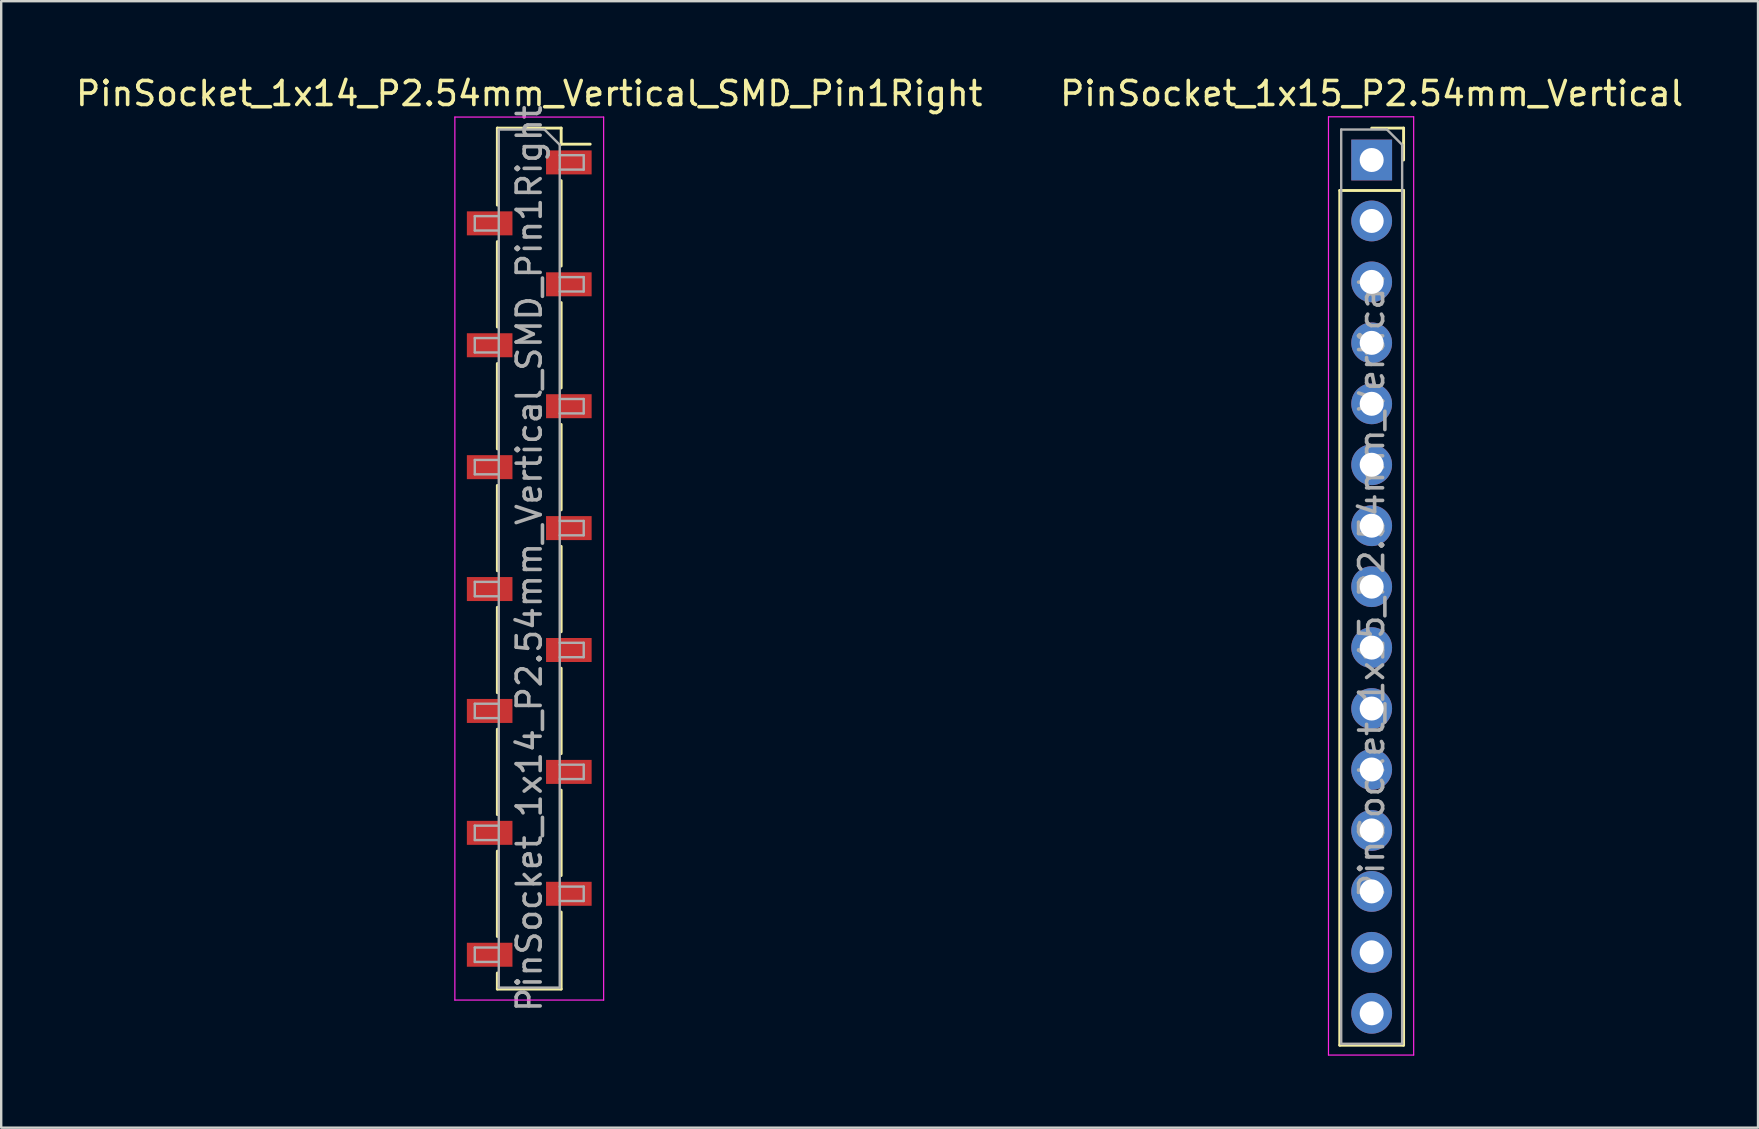
<source format=kicad_pcb>
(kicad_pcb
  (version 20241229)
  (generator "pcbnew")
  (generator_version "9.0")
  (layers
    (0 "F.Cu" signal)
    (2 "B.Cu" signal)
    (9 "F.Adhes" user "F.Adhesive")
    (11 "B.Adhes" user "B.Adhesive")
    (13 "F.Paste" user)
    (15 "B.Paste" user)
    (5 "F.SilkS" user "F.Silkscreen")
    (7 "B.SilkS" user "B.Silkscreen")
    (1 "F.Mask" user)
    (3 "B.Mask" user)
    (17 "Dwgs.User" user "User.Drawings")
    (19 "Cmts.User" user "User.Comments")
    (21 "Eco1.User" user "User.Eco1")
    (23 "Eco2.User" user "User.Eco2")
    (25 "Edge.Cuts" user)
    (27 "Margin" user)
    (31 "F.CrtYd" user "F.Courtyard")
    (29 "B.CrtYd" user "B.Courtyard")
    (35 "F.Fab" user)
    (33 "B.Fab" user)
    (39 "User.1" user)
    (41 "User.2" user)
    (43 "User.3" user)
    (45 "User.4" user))
  (footprint "PinSocket_1x15_P2.54mm_Vertical"
    (layer "F.Cu")
    (at 54.113 3.618)
    (property "Reference" "PinSocket_1x15_P2.54mm_Vertical" (at 0 -2.77 0) (layer "F.SilkS") (effects (font (size 1 1) (thickness 0.15))))
    (attr through_hole)
    (fp_line (start -1.33 1.27) (end -1.33 36.89) (stroke (width 0.12) (type solid)) (layer "F.SilkS"))
    (fp_line (start -1.33 1.27) (end 1.33 1.27) (stroke (width 0.12) (type solid)) (layer "F.SilkS"))
    (fp_line (start -1.33 36.89) (end 1.33 36.89) (stroke (width 0.12) (type solid)) (layer "F.SilkS"))
    (fp_line (start 0 -1.33) (end 1.33 -1.33) (stroke (width 0.12) (type solid)) (layer "F.SilkS"))
    (fp_line (start 1.33 -1.33) (end 1.33 0) (stroke (width 0.12) (type solid)) (layer "F.SilkS"))
    (fp_line (start 1.33 1.27) (end 1.33 36.89) (stroke (width 0.12) (type solid)) (layer "F.SilkS"))
    (fp_line (start -1.8 -1.8) (end 1.75 -1.8) (stroke (width 0.05) (type solid)) (layer "F.CrtYd"))
    (fp_line (start -1.8 37.3) (end -1.8 -1.8) (stroke (width 0.05) (type solid)) (layer "F.CrtYd"))
    (fp_line (start 1.75 -1.8) (end 1.75 37.3) (stroke (width 0.05) (type solid)) (layer "F.CrtYd"))
    (fp_line (start 1.75 37.3) (end -1.8 37.3) (stroke (width 0.05) (type solid)) (layer "F.CrtYd"))
    (fp_line (start -1.27 -1.27) (end 0.635 -1.27) (stroke (width 0.1) (type solid)) (layer "F.Fab"))
    (fp_line (start -1.27 36.83) (end -1.27 -1.27) (stroke (width 0.1) (type solid)) (layer "F.Fab"))
    (fp_line (start 0.635 -1.27) (end 1.27 -0.635) (stroke (width 0.1) (type solid)) (layer "F.Fab"))
    (fp_line (start 1.27 -0.635) (end 1.27 36.83) (stroke (width 0.1) (type solid)) (layer "F.Fab"))
    (fp_line (start 1.27 36.83) (end -1.27 36.83) (stroke (width 0.1) (type solid)) (layer "F.Fab"))
    (fp_text user "${REFERENCE}" (at 0 17.78 90) (layer "F.Fab") (effects (font (size 1 1) (thickness 0.15))))
    (pad "1" thru_hole rect (at 0 0) (size 1.7 1.7) (drill 1) (layers "*.Cu" "*.Mask"))
    (pad "2" thru_hole oval (at 0 2.54) (size 1.7 1.7) (drill 1) (layers "*.Cu" "*.Mask"))
    (pad "3" thru_hole oval (at 0 5.08) (size 1.7 1.7) (drill 1) (layers "*.Cu" "*.Mask"))
    (pad "4" thru_hole oval (at 0 7.62) (size 1.7 1.7) (drill 1) (layers "*.Cu" "*.Mask"))
    (pad "5" thru_hole oval (at 0 10.16) (size 1.7 1.7) (drill 1) (layers "*.Cu" "*.Mask"))
    (pad "6" thru_hole oval (at 0 12.7) (size 1.7 1.7) (drill 1) (layers "*.Cu" "*.Mask"))
    (pad "7" thru_hole oval (at 0 15.24) (size 1.7 1.7) (drill 1) (layers "*.Cu" "*.Mask"))
    (pad "8" thru_hole oval (at 0 17.78) (size 1.7 1.7) (drill 1) (layers "*.Cu" "*.Mask"))
    (pad "9" thru_hole oval (at 0 20.32) (size 1.7 1.7) (drill 1) (layers "*.Cu" "*.Mask"))
    (pad "10" thru_hole oval (at 0 22.86) (size 1.7 1.7) (drill 1) (layers "*.Cu" "*.Mask"))
    (pad "11" thru_hole oval (at 0 25.4) (size 1.7 1.7) (drill 1) (layers "*.Cu" "*.Mask"))
    (pad "12" thru_hole oval (at 0 27.94) (size 1.7 1.7) (drill 1) (layers "*.Cu" "*.Mask"))
    (pad "13" thru_hole oval (at 0 30.48) (size 1.7 1.7) (drill 1) (layers "*.Cu" "*.Mask"))
    (pad "14" thru_hole oval (at 0 33.02) (size 1.7 1.7) (drill 1) (layers "*.Cu" "*.Mask"))
    (pad "15" thru_hole oval (at 0 35.56) (size 1.7 1.7) (drill 1) (layers "*.Cu" "*.Mask")))
  (footprint "PinSocket_1x14_P2.54mm_Vertical_SMD_Pin1Right"
    (layer "F.Cu")
    (at 19.006 20.228)
    (property "Reference" "PinSocket_1x14_P2.54mm_Vertical_SMD_Pin1Right" (at 0 -19.38 0) (layer "F.SilkS") (effects (font (size 1 1) (thickness 0.15))))
    (attr smd)
    (fp_line (start -1.33 -17.94) (end -1.33 -14.73) (stroke (width 0.12) (type solid)) (layer "F.SilkS"))
    (fp_line (start -1.33 -17.94) (end 1.33 -17.94) (stroke (width 0.12) (type solid)) (layer "F.SilkS"))
    (fp_line (start -1.33 -13.21) (end -1.33 -9.65) (stroke (width 0.12) (type solid)) (layer "F.SilkS"))
    (fp_line (start -1.33 -8.13) (end -1.33 -4.57) (stroke (width 0.12) (type solid)) (layer "F.SilkS"))
    (fp_line (start -1.33 -3.05) (end -1.33 0.51) (stroke (width 0.12) (type solid)) (layer "F.SilkS"))
    (fp_line (start -1.33 2.03) (end -1.33 5.59) (stroke (width 0.12) (type solid)) (layer "F.SilkS"))
    (fp_line (start -1.33 7.11) (end -1.33 10.67) (stroke (width 0.12) (type solid)) (layer "F.SilkS"))
    (fp_line (start -1.33 12.19) (end -1.33 15.75) (stroke (width 0.12) (type solid)) (layer "F.SilkS"))
    (fp_line (start -1.33 17.27) (end -1.33 17.94) (stroke (width 0.12) (type solid)) (layer "F.SilkS"))
    (fp_line (start -1.33 17.94) (end 1.33 17.94) (stroke (width 0.12) (type solid)) (layer "F.SilkS"))
    (fp_line (start 1.33 -17.94) (end 1.33 -17.27) (stroke (width 0.12) (type solid)) (layer "F.SilkS"))
    (fp_line (start 1.33 -17.27) (end 2.54 -17.27) (stroke (width 0.12) (type solid)) (layer "F.SilkS"))
    (fp_line (start 1.33 -15.75) (end 1.33 -12.19) (stroke (width 0.12) (type solid)) (layer "F.SilkS"))
    (fp_line (start 1.33 -10.67) (end 1.33 -7.11) (stroke (width 0.12) (type solid)) (layer "F.SilkS"))
    (fp_line (start 1.33 -5.59) (end 1.33 -2.03) (stroke (width 0.12) (type solid)) (layer "F.SilkS"))
    (fp_line (start 1.33 -0.51) (end 1.33 3.05) (stroke (width 0.12) (type solid)) (layer "F.SilkS"))
    (fp_line (start 1.33 4.57) (end 1.33 8.13) (stroke (width 0.12) (type solid)) (layer "F.SilkS"))
    (fp_line (start 1.33 9.65) (end 1.33 13.21) (stroke (width 0.12) (type solid)) (layer "F.SilkS"))
    (fp_line (start 1.33 14.73) (end 1.33 17.94) (stroke (width 0.12) (type solid)) (layer "F.SilkS"))
    (fp_line (start -3.1 -18.4) (end 3.1 -18.4) (stroke (width 0.05) (type solid)) (layer "F.CrtYd"))
    (fp_line (start -3.1 18.4) (end -3.1 -18.4) (stroke (width 0.05) (type solid)) (layer "F.CrtYd"))
    (fp_line (start 3.1 -18.4) (end 3.1 18.4) (stroke (width 0.05) (type solid)) (layer "F.CrtYd"))
    (fp_line (start 3.1 18.4) (end -3.1 18.4) (stroke (width 0.05) (type solid)) (layer "F.CrtYd"))
    (fp_line (start -2.27 -14.27) (end -1.27 -14.27) (stroke (width 0.1) (type solid)) (layer "F.Fab"))
    (fp_line (start -2.27 -13.67) (end -2.27 -14.27) (stroke (width 0.1) (type solid)) (layer "F.Fab"))
    (fp_line (start -2.27 -9.19) (end -1.27 -9.19) (stroke (width 0.1) (type solid)) (layer "F.Fab"))
    (fp_line (start -2.27 -8.59) (end -2.27 -9.19) (stroke (width 0.1) (type solid)) (layer "F.Fab"))
    (fp_line (start -2.27 -4.11) (end -1.27 -4.11) (stroke (width 0.1) (type solid)) (layer "F.Fab"))
    (fp_line (start -2.27 -3.51) (end -2.27 -4.11) (stroke (width 0.1) (type solid)) (layer "F.Fab"))
    (fp_line (start -2.27 0.97) (end -1.27 0.97) (stroke (width 0.1) (type solid)) (layer "F.Fab"))
    (fp_line (start -2.27 1.57) (end -2.27 0.97) (stroke (width 0.1) (type solid)) (layer "F.Fab"))
    (fp_line (start -2.27 6.05) (end -1.27 6.05) (stroke (width 0.1) (type solid)) (layer "F.Fab"))
    (fp_line (start -2.27 6.65) (end -2.27 6.05) (stroke (width 0.1) (type solid)) (layer "F.Fab"))
    (fp_line (start -2.27 11.13) (end -1.27 11.13) (stroke (width 0.1) (type solid)) (layer "F.Fab"))
    (fp_line (start -2.27 11.73) (end -2.27 11.13) (stroke (width 0.1) (type solid)) (layer "F.Fab"))
    (fp_line (start -2.27 16.21) (end -1.27 16.21) (stroke (width 0.1) (type solid)) (layer "F.Fab"))
    (fp_line (start -2.27 16.81) (end -2.27 16.21) (stroke (width 0.1) (type solid)) (layer "F.Fab"))
    (fp_line (start -1.27 -17.88) (end 0.635 -17.88) (stroke (width 0.1) (type solid)) (layer "F.Fab"))
    (fp_line (start -1.27 -13.67) (end -2.27 -13.67) (stroke (width 0.1) (type solid)) (layer "F.Fab"))
    (fp_line (start -1.27 -8.59) (end -2.27 -8.59) (stroke (width 0.1) (type solid)) (layer "F.Fab"))
    (fp_line (start -1.27 -3.51) (end -2.27 -3.51) (stroke (width 0.1) (type solid)) (layer "F.Fab"))
    (fp_line (start -1.27 1.57) (end -2.27 1.57) (stroke (width 0.1) (type solid)) (layer "F.Fab"))
    (fp_line (start -1.27 6.65) (end -2.27 6.65) (stroke (width 0.1) (type solid)) (layer "F.Fab"))
    (fp_line (start -1.27 11.73) (end -2.27 11.73) (stroke (width 0.1) (type solid)) (layer "F.Fab"))
    (fp_line (start -1.27 16.81) (end -2.27 16.81) (stroke (width 0.1) (type solid)) (layer "F.Fab"))
    (fp_line (start -1.27 17.88) (end -1.27 -17.88) (stroke (width 0.1) (type solid)) (layer "F.Fab"))
    (fp_line (start 0.635 -17.88) (end 1.27 -17.245) (stroke (width 0.1) (type solid)) (layer "F.Fab"))
    (fp_line (start 1.27 -17.245) (end 1.27 17.88) (stroke (width 0.1) (type solid)) (layer "F.Fab"))
    (fp_line (start 1.27 -16.81) (end 2.27 -16.81) (stroke (width 0.1) (type solid)) (layer "F.Fab"))
    (fp_line (start 1.27 -11.73) (end 2.27 -11.73) (stroke (width 0.1) (type solid)) (layer "F.Fab"))
    (fp_line (start 1.27 -6.65) (end 2.27 -6.65) (stroke (width 0.1) (type solid)) (layer "F.Fab"))
    (fp_line (start 1.27 -1.57) (end 2.27 -1.57) (stroke (width 0.1) (type solid)) (layer "F.Fab"))
    (fp_line (start 1.27 3.51) (end 2.27 3.51) (stroke (width 0.1) (type solid)) (layer "F.Fab"))
    (fp_line (start 1.27 8.59) (end 2.27 8.59) (stroke (width 0.1) (type solid)) (layer "F.Fab"))
    (fp_line (start 1.27 13.67) (end 2.27 13.67) (stroke (width 0.1) (type solid)) (layer "F.Fab"))
    (fp_line (start 1.27 17.88) (end -1.27 17.88) (stroke (width 0.1) (type solid)) (layer "F.Fab"))
    (fp_line (start 2.27 -16.81) (end 2.27 -16.21) (stroke (width 0.1) (type solid)) (layer "F.Fab"))
    (fp_line (start 2.27 -16.21) (end 1.27 -16.21) (stroke (width 0.1) (type solid)) (layer "F.Fab"))
    (fp_line (start 2.27 -11.73) (end 2.27 -11.13) (stroke (width 0.1) (type solid)) (layer "F.Fab"))
    (fp_line (start 2.27 -11.13) (end 1.27 -11.13) (stroke (width 0.1) (type solid)) (layer "F.Fab"))
    (fp_line (start 2.27 -6.65) (end 2.27 -6.05) (stroke (width 0.1) (type solid)) (layer "F.Fab"))
    (fp_line (start 2.27 -6.05) (end 1.27 -6.05) (stroke (width 0.1) (type solid)) (layer "F.Fab"))
    (fp_line (start 2.27 -1.57) (end 2.27 -0.97) (stroke (width 0.1) (type solid)) (layer "F.Fab"))
    (fp_line (start 2.27 -0.97) (end 1.27 -0.97) (stroke (width 0.1) (type solid)) (layer "F.Fab"))
    (fp_line (start 2.27 3.51) (end 2.27 4.11) (stroke (width 0.1) (type solid)) (layer "F.Fab"))
    (fp_line (start 2.27 4.11) (end 1.27 4.11) (stroke (width 0.1) (type solid)) (layer "F.Fab"))
    (fp_line (start 2.27 8.59) (end 2.27 9.19) (stroke (width 0.1) (type solid)) (layer "F.Fab"))
    (fp_line (start 2.27 9.19) (end 1.27 9.19) (stroke (width 0.1) (type solid)) (layer "F.Fab"))
    (fp_line (start 2.27 13.67) (end 2.27 14.27) (stroke (width 0.1) (type solid)) (layer "F.Fab"))
    (fp_line (start 2.27 14.27) (end 1.27 14.27) (stroke (width 0.1) (type solid)) (layer "F.Fab"))
    (fp_text user "${REFERENCE}" (at 0 0 90) (layer "F.Fab") (effects (font (size 1 1) (thickness 0.15))))
    (pad "1" smd rect (at 1.65 -16.51) (size 1.9 1) (layers "F.Cu" "F.Mask" "F.Paste"))
    (pad "2" smd rect (at -1.65 -13.97) (size 1.9 1) (layers "F.Cu" "F.Mask" "F.Paste"))
    (pad "3" smd rect (at 1.65 -11.43) (size 1.9 1) (layers "F.Cu" "F.Mask" "F.Paste"))
    (pad "4" smd rect (at -1.65 -8.89) (size 1.9 1) (layers "F.Cu" "F.Mask" "F.Paste"))
    (pad "5" smd rect (at 1.65 -6.35) (size 1.9 1) (layers "F.Cu" "F.Mask" "F.Paste"))
    (pad "6" smd rect (at -1.65 -3.81) (size 1.9 1) (layers "F.Cu" "F.Mask" "F.Paste"))
    (pad "7" smd rect (at 1.65 -1.27) (size 1.9 1) (layers "F.Cu" "F.Mask" "F.Paste"))
    (pad "8" smd rect (at -1.65 1.27) (size 1.9 1) (layers "F.Cu" "F.Mask" "F.Paste"))
    (pad "9" smd rect (at 1.65 3.81) (size 1.9 1) (layers "F.Cu" "F.Mask" "F.Paste"))
    (pad "10" smd rect (at -1.65 6.35) (size 1.9 1) (layers "F.Cu" "F.Mask" "F.Paste"))
    (pad "11" smd rect (at 1.65 8.89) (size 1.9 1) (layers "F.Cu" "F.Mask" "F.Paste"))
    (pad "12" smd rect (at -1.65 11.43) (size 1.9 1) (layers "F.Cu" "F.Mask" "F.Paste"))
    (pad "13" smd rect (at 1.65 13.97) (size 1.9 1) (layers "F.Cu" "F.Mask" "F.Paste"))
    (pad "14" smd rect (at -1.65 16.51) (size 1.9 1) (layers "F.Cu" "F.Mask" "F.Paste")))
  (gr_rect
    (start -3 -3)
    (end 70.214 43.943)
    (stroke (width 0.1) (type default))
    (fill no)
    (layer "Edge.Cuts")))
</source>
